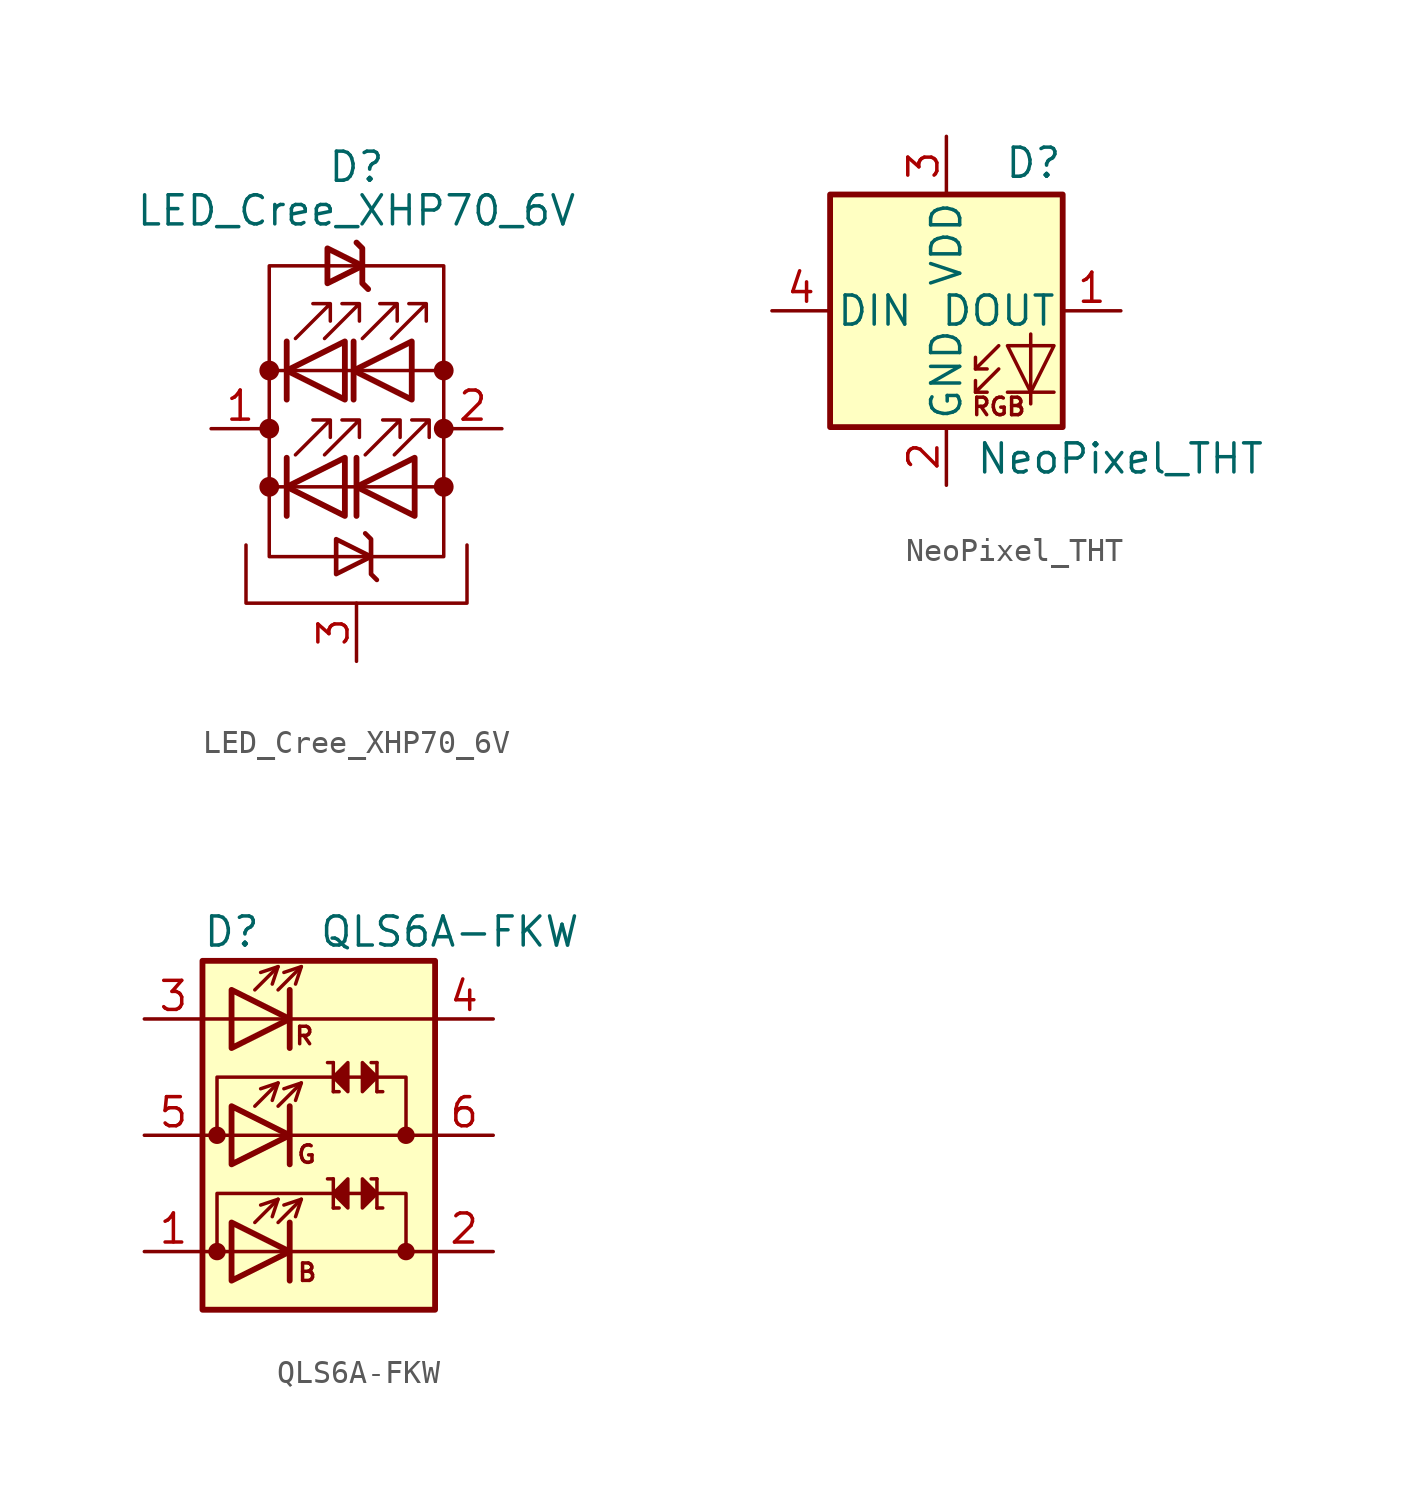
<source format=kicad_sym>
(kicad_symbol_lib
  (version 20220914)
  (generator kicad_symbol_editor)
  (symbol "LED_Cree_XHP70_6V"
    (pin_names
      (offset 1.016) hide)
    (property "Reference" "D"
      (at 0 11.43 0)
      (effects (font (size 1.27 1.27))))
    (property "Value" "LED_Cree_XHP70_6V"
      (at 0 9.525 0)
      (effects (font (size 1.27 1.27))))
    (symbol "LED_Cree_XHP70_6V_0_1"
      (circle (center -3.81 -2.54) (radius 0.356) (stroke (width 0) (type solid)) (fill (type outline)))
      (circle (center -3.81 0) (radius 0.356) (stroke (width 0) (type solid)) (fill (type outline)))
      (circle (center -3.81 2.54) (radius 0.356) (stroke (width 0) (type solid)) (fill (type outline)))
      (polyline (pts (xy -3.81 -2.54) (xy 3.81 -2.54)) (stroke (width 0) (type solid)) (fill (type none)))
      (polyline (pts (xy -3.048 -3.81) (xy -3.048 -1.27)) (stroke (width 0.254) (type solid)) (fill (type none)))
      (polyline (pts (xy -3.048 1.27) (xy -3.048 3.81)) (stroke (width 0.254) (type solid)) (fill (type none)))
      (polyline (pts (xy -0.127 1.27) (xy -0.127 3.81)) (stroke (width 0.254) (type solid)) (fill (type none)))
      (polyline (pts (xy 0 -3.81) (xy 0 -1.27)) (stroke (width 0.254) (type solid)) (fill (type none)))
      (polyline (pts (xy 3.81 2.54) (xy -3.81 2.54)) (stroke (width 0) (type solid)) (fill (type none)))
      (polyline (pts (xy -4.826 -5.08) (xy -4.826 -7.62) (xy 4.826 -7.62) (xy 4.826 -5.08)) (stroke (width 0) (type solid)) (fill (type none)))
      (polyline (pts (xy -0.508 -3.81) (xy -0.508 -1.27) (xy -3.048 -2.54) (xy -0.508 -3.81)) (stroke (width 0.254) (type solid)) (fill (type none)))
      (polyline (pts (xy -0.508 1.27) (xy -0.508 3.81) (xy -3.048 2.54) (xy -0.508 1.27)) (stroke (width 0.254) (type solid)) (fill (type none)))
      (polyline (pts (xy 0.508 6.096) (xy 0.254 6.35) (xy 0.254 7.874) (xy 0 8.128)) (stroke (width 0.254) (type solid)) (fill (type none)))
      (polyline (pts (xy 0.889 -6.604) (xy 0.635 -6.35) (xy 0.635 -4.826) (xy 0.381 -4.572)) (stroke (width 0.203) (type solid)) (fill (type none)))
      (polyline (pts (xy 2.413 1.27) (xy 2.413 3.81) (xy -0.127 2.54) (xy 2.413 1.27)) (stroke (width 0.254) (type solid)) (fill (type none)))
      (polyline (pts (xy 2.54 -3.81) (xy 2.54 -1.27) (xy 0 -2.54) (xy 2.54 -3.81)) (stroke (width 0.254) (type solid)) (fill (type none)))
      (polyline (pts (xy -3.81 -5.588) (xy -3.81 7.112) (xy 3.81 7.112) (xy 3.81 -5.588) (xy -3.81 -5.588)) (stroke (width 0) (type solid)) (fill (type none)))
      (polyline (pts (xy -2.667 -1.143) (xy -1.143 0.381) (xy -1.905 0.381) (xy -1.143 0.381) (xy -1.143 -0.381)) (stroke (width 0) (type solid)) (fill (type none)))
      (polyline (pts (xy -2.667 3.937) (xy -1.143 5.461) (xy -1.905 5.461) (xy -1.143 5.461) (xy -1.143 4.699)) (stroke (width 0) (type solid)) (fill (type none)))
      (polyline (pts (xy -1.397 -1.143) (xy 0.127 0.381) (xy -0.635 0.381) (xy 0.127 0.381) (xy 0.127 -0.381)) (stroke (width 0) (type solid)) (fill (type none)))
      (polyline (pts (xy -1.397 3.937) (xy 0.127 5.461) (xy -0.635 5.461) (xy 0.127 5.461) (xy 0.127 4.699)) (stroke (width 0) (type solid)) (fill (type none)))
      (polyline (pts (xy -1.27 6.35) (xy -1.27 7.874) (xy 0.254 7.112) (xy -1.27 6.35) (xy -1.27 6.604)) (stroke (width 0.254) (type solid)) (fill (type none)))
      (polyline (pts (xy -0.889 -6.35) (xy -0.889 -4.826) (xy 0.635 -5.588) (xy -0.889 -6.35) (xy -0.889 -6.096)) (stroke (width 0.203) (type solid)) (fill (type none)))
      (polyline (pts (xy 0.254 3.937) (xy 1.778 5.461) (xy 1.016 5.461) (xy 1.778 5.461) (xy 1.778 4.699)) (stroke (width 0) (type solid)) (fill (type none)))
      (polyline (pts (xy 0.381 -1.143) (xy 1.905 0.381) (xy 1.143 0.381) (xy 1.905 0.381) (xy 1.905 -0.381)) (stroke (width 0) (type solid)) (fill (type none)))
      (polyline (pts (xy 1.524 3.937) (xy 3.048 5.461) (xy 2.286 5.461) (xy 3.048 5.461) (xy 3.048 4.699)) (stroke (width 0) (type solid)) (fill (type none)))
      (polyline (pts (xy 1.651 -1.143) (xy 3.175 0.381) (xy 2.413 0.381) (xy 3.175 0.381) (xy 3.175 -0.381)) (stroke (width 0) (type solid)) (fill (type none)))
      (circle (center 3.81 -2.54) (radius 0.356) (stroke (width 0) (type solid)) (fill (type outline)))
      (circle (center 3.81 0) (radius 0.356) (stroke (width 0) (type solid)) (fill (type outline)))
      (circle (center 3.81 2.54) (radius 0.356) (stroke (width 0) (type solid)) (fill (type outline))))
    (symbol "LED_Cree_XHP70_6V_1_1"
      (pin passive line (at -6.35 0 0) (length 2.54) (name "K" (effects (font (size 1.27 1.27)))) (number "1" (effects (font (size 1.27 1.27)))))
      (pin passive line (at 6.35 0 180) (length 2.54) (name "A" (effects (font (size 1.27 1.27)))) (number "2" (effects (font (size 1.27 1.27)))))
      (pin passive line (at 0 -10.16 90) (length 2.54) (name "PAD" (effects (font (size 1.27 1.27)))) (number "3" (effects (font (size 1.27 1.27)))))))
  (symbol "NeoPixel_THT"
    (pin_names
      (offset 0.254))
    (property "Reference" "D"
      (at 5.08 5.715 0)
      (effects (font (size 1.27 1.27)) (justify right bottom)))
    (property "Value" "NeoPixel_THT"
      (at 1.27 -5.715 0)
      (effects (font (size 1.27 1.27)) (justify left top)))
    (symbol "NeoPixel_THT_0_0"
      (text "RGB" (at 2.286 -4.191 0) (effects (font (size 0.762 0.762)))))
    (symbol "NeoPixel_THT_0_1"
      (polyline (pts (xy 1.27 -3.556) (xy 1.778 -3.556)) (stroke (width 0) (type solid)) (fill (type none)))
      (polyline (pts (xy 1.27 -2.54) (xy 1.778 -2.54)) (stroke (width 0) (type solid)) (fill (type none)))
      (polyline (pts (xy 4.699 -3.556) (xy 2.667 -3.556)) (stroke (width 0) (type solid)) (fill (type none)))
      (polyline (pts (xy 2.286 -2.54) (xy 1.27 -3.556) (xy 1.27 -3.048)) (stroke (width 0) (type solid)) (fill (type none)))
      (polyline (pts (xy 2.286 -1.524) (xy 1.27 -2.54) (xy 1.27 -2.032)) (stroke (width 0) (type solid)) (fill (type none)))
      (polyline (pts (xy 3.683 -1.016) (xy 3.683 -3.556) (xy 3.683 -4.064)) (stroke (width 0) (type solid)) (fill (type none)))
      (polyline (pts (xy 4.699 -1.524) (xy 2.667 -1.524) (xy 3.683 -3.556) (xy 4.699 -1.524)) (stroke (width 0) (type solid)) (fill (type none)))
      (rectangle (start 5.08 5.08) (end -5.08 -5.08) (stroke (width 0.254) (type solid)) (fill (type background))))
    (symbol "NeoPixel_THT_1_1"
      (pin output line (at 7.62 0 180) (length 2.54) (name "DOUT" (effects (font (size 1.27 1.27)))) (number "1" (effects (font (size 1.27 1.27)))))
      (pin power_in line (at 0 -7.62 90) (length 2.54) (name "GND" (effects (font (size 1.27 1.27)))) (number "2" (effects (font (size 1.27 1.27)))))
      (pin power_in line (at 0 7.62 270) (length 2.54) (name "VDD" (effects (font (size 1.27 1.27)))) (number "3" (effects (font (size 1.27 1.27)))))
      (pin input line (at -7.62 0 0) (length 2.54) (name "DIN" (effects (font (size 1.27 1.27)))) (number "4" (effects (font (size 1.27 1.27)))))))
  (symbol "QLS6A-FKW"
    (pin_names hide)
    (property "Reference" "D"
      (at -5.08 8.89 0)
      (effects (font (size 1.27 1.27)) (justify left)))
    (property "Value" "QLS6A-FKW"
      (at 0 8.89 0)
      (effects (font (size 1.27 1.27)) (justify left)))
    (symbol "QLS6A-FKW_0_0"
      (text "B" (at -0.508 -5.994 0) (effects (font (size 0.762 0.762))))
      (text "G" (at -0.533 -0.838 0) (effects (font (size 0.762 0.762))))
      (text "R" (at -0.635 4.343 0) (effects (font (size 0.762 0.762)))))
    (symbol "QLS6A-FKW_0_1"
      (rectangle (start -5.08 7.62) (end 5.08 -7.62) (stroke (width 0.254) (type solid)) (fill (type background)))
      (polyline (pts (xy -5.08 -5.08) (xy 5.08 -5.08)) (stroke (width 0) (type solid)) (fill (type none)))
      (polyline (pts (xy -5.08 0) (xy 5.08 0)) (stroke (width 0) (type solid)) (fill (type none)))
      (polyline (pts (xy -1.27 -3.81) (xy -1.27 -6.35)) (stroke (width 0.254) (type solid)) (fill (type none)))
      (polyline (pts (xy -1.27 1.27) (xy -1.27 -1.27)) (stroke (width 0.254) (type solid)) (fill (type none)))
      (polyline (pts (xy -1.27 6.35) (xy -1.27 3.81)) (stroke (width 0.254) (type solid)) (fill (type none)))
      (polyline (pts (xy 0.635 -1.905) (xy 0.381 -1.905)) (stroke (width 0) (type solid)) (fill (type none)))
      (polyline (pts (xy 0.635 -1.905) (xy 0.635 -3.175)) (stroke (width 0) (type solid)) (fill (type none)))
      (polyline (pts (xy 0.635 1.905) (xy 0.889 1.905)) (stroke (width 0) (type solid)) (fill (type none)))
      (polyline (pts (xy 0.635 3.175) (xy 0.381 3.175)) (stroke (width 0) (type solid)) (fill (type none)))
      (polyline (pts (xy 0.635 3.175) (xy 0.635 1.905)) (stroke (width 0) (type solid)) (fill (type none)))
      (polyline (pts (xy 0.889 -3.175) (xy 0.635 -3.175)) (stroke (width 0) (type solid)) (fill (type none)))
      (polyline (pts (xy 2.54 -3.175) (xy 2.794 -3.175)) (stroke (width 0) (type solid)) (fill (type none)))
      (polyline (pts (xy 2.54 -1.905) (xy 2.286 -1.905)) (stroke (width 0) (type solid)) (fill (type none)))
      (polyline (pts (xy 2.54 -1.905) (xy 2.54 -3.175)) (stroke (width 0) (type solid)) (fill (type none)))
      (polyline (pts (xy 2.54 1.905) (xy 2.54 3.175)) (stroke (width 0) (type solid)) (fill (type none)))
      (polyline (pts (xy 2.54 1.905) (xy 2.794 1.905)) (stroke (width 0) (type solid)) (fill (type none)))
      (polyline (pts (xy 2.54 3.175) (xy 2.286 3.175)) (stroke (width 0) (type solid)) (fill (type none)))
      (polyline (pts (xy -4.445 0) (xy -4.445 2.54) (xy 3.81 2.54) (xy 3.81 0)) (stroke (width 0) (type solid)) (fill (type none)))
      (polyline (pts (xy -3.81 -3.81) (xy -3.81 -6.35) (xy -1.27 -5.08) (xy -3.81 -3.81)) (stroke (width 0.254) (type solid)) (fill (type none)))
      (polyline (pts (xy -3.81 1.27) (xy -3.81 -1.27) (xy -1.27 0) (xy -3.81 1.27)) (stroke (width 0.254) (type solid)) (fill (type none)))
      (polyline (pts (xy -3.81 6.35) (xy -1.27 5.08) (xy -3.81 3.81) (xy -3.81 6.35)) (stroke (width 0.254) (type solid)) (fill (type none)))
      (polyline (pts (xy 0.635 -2.54) (xy 1.27 -3.175) (xy 1.27 -1.905) (xy 0.635 -2.54)) (stroke (width 0) (type solid)) (fill (type outline)))
      (polyline (pts (xy 1.27 3.175) (xy 1.27 1.905) (xy 0.635 2.54) (xy 1.27 3.175)) (stroke (width 0) (type solid)) (fill (type outline)))
      (polyline (pts (xy 1.905 -1.905) (xy 1.905 -3.175) (xy 2.54 -2.54) (xy 1.905 -1.905)) (stroke (width 0) (type solid)) (fill (type outline)))
      (polyline (pts (xy 1.905 3.175) (xy 1.905 1.905) (xy 2.54 2.54) (xy 1.905 3.175)) (stroke (width 0) (type solid)) (fill (type outline)))
      (polyline (pts (xy 3.81 -5.08) (xy 3.81 -2.54) (xy -4.445 -2.54) (xy -4.445 -5.08)) (stroke (width 0) (type solid)) (fill (type none))))
    (symbol "QLS6A-FKW_1_1"
      (circle (center -4.445 -5.08) (radius 0.254) (stroke (width 0.254) (type solid)) (fill (type outline)))
      (circle (center -4.445 0) (radius 0.254) (stroke (width 0.254) (type solid)) (fill (type outline)))
      (polyline (pts (xy -5.08 5.08) (xy 5.08 5.08)) (stroke (width 0) (type solid)) (fill (type none)))
      (polyline (pts (xy -2.794 -3.81) (xy -1.778 -2.794)) (stroke (width 0) (type solid)) (fill (type none)))
      (polyline (pts (xy -2.794 1.27) (xy -1.778 2.286)) (stroke (width 0) (type solid)) (fill (type none)))
      (polyline (pts (xy -2.794 6.35) (xy -1.778 7.366)) (stroke (width 0) (type solid)) (fill (type none)))
      (polyline (pts (xy -1.778 -3.81) (xy -0.762 -2.794)) (stroke (width 0) (type solid)) (fill (type none)))
      (polyline (pts (xy -1.778 1.27) (xy -0.762 2.286)) (stroke (width 0) (type solid)) (fill (type none)))
      (polyline (pts (xy -1.778 6.35) (xy -0.762 7.366)) (stroke (width 0) (type solid)) (fill (type none)))
      (polyline (pts (xy -2.54 -3.048) (xy -1.778 -2.794) (xy -2.032 -3.556)) (stroke (width 0) (type solid)) (fill (type none)))
      (polyline (pts (xy -2.54 2.032) (xy -1.778 2.286) (xy -2.032 1.524)) (stroke (width 0) (type solid)) (fill (type none)))
      (polyline (pts (xy -2.54 7.112) (xy -1.778 7.366) (xy -2.032 6.604)) (stroke (width 0) (type solid)) (fill (type none)))
      (polyline (pts (xy -1.524 -3.048) (xy -0.762 -2.794) (xy -1.016 -3.556)) (stroke (width 0) (type solid)) (fill (type none)))
      (polyline (pts (xy -1.524 2.032) (xy -0.762 2.286) (xy -1.016 1.524)) (stroke (width 0) (type solid)) (fill (type none)))
      (polyline (pts (xy -1.524 7.112) (xy -0.762 7.366) (xy -1.016 6.604)) (stroke (width 0) (type solid)) (fill (type none)))
      (circle (center 3.81 -5.08) (radius 0.254) (stroke (width 0.254) (type solid)) (fill (type outline)))
      (circle (center 3.81 0) (radius 0.254) (stroke (width 0.254) (type solid)) (fill (type outline)))
      (pin passive line (at -7.62 -5.08 0) (length 2.54) (name "AB" (effects (font (size 1.27 1.27)))) (number "1" (effects (font (size 1.27 1.27)))))
      (pin passive line (at 7.62 -5.08 180) (length 2.54) (name "KB" (effects (font (size 1.27 1.27)))) (number "2" (effects (font (size 1.27 1.27)))))
      (pin passive line (at -7.62 5.08 0) (length 2.54) (name "AR" (effects (font (size 1.27 1.27)))) (number "3" (effects (font (size 1.27 1.27)))))
      (pin passive line (at 7.62 5.08 180) (length 2.54) (name "KR" (effects (font (size 1.27 1.27)))) (number "4" (effects (font (size 1.27 1.27)))))
      (pin passive line (at -7.62 0 0) (length 2.54) (name "AG" (effects (font (size 1.27 1.27)))) (number "5" (effects (font (size 1.27 1.27)))))
      (pin passive line (at 7.62 0 180) (length 2.54) (name "KR" (effects (font (size 1.27 1.27)))) (number "6" (effects (font (size 1.27 1.27))))))))
</source>
